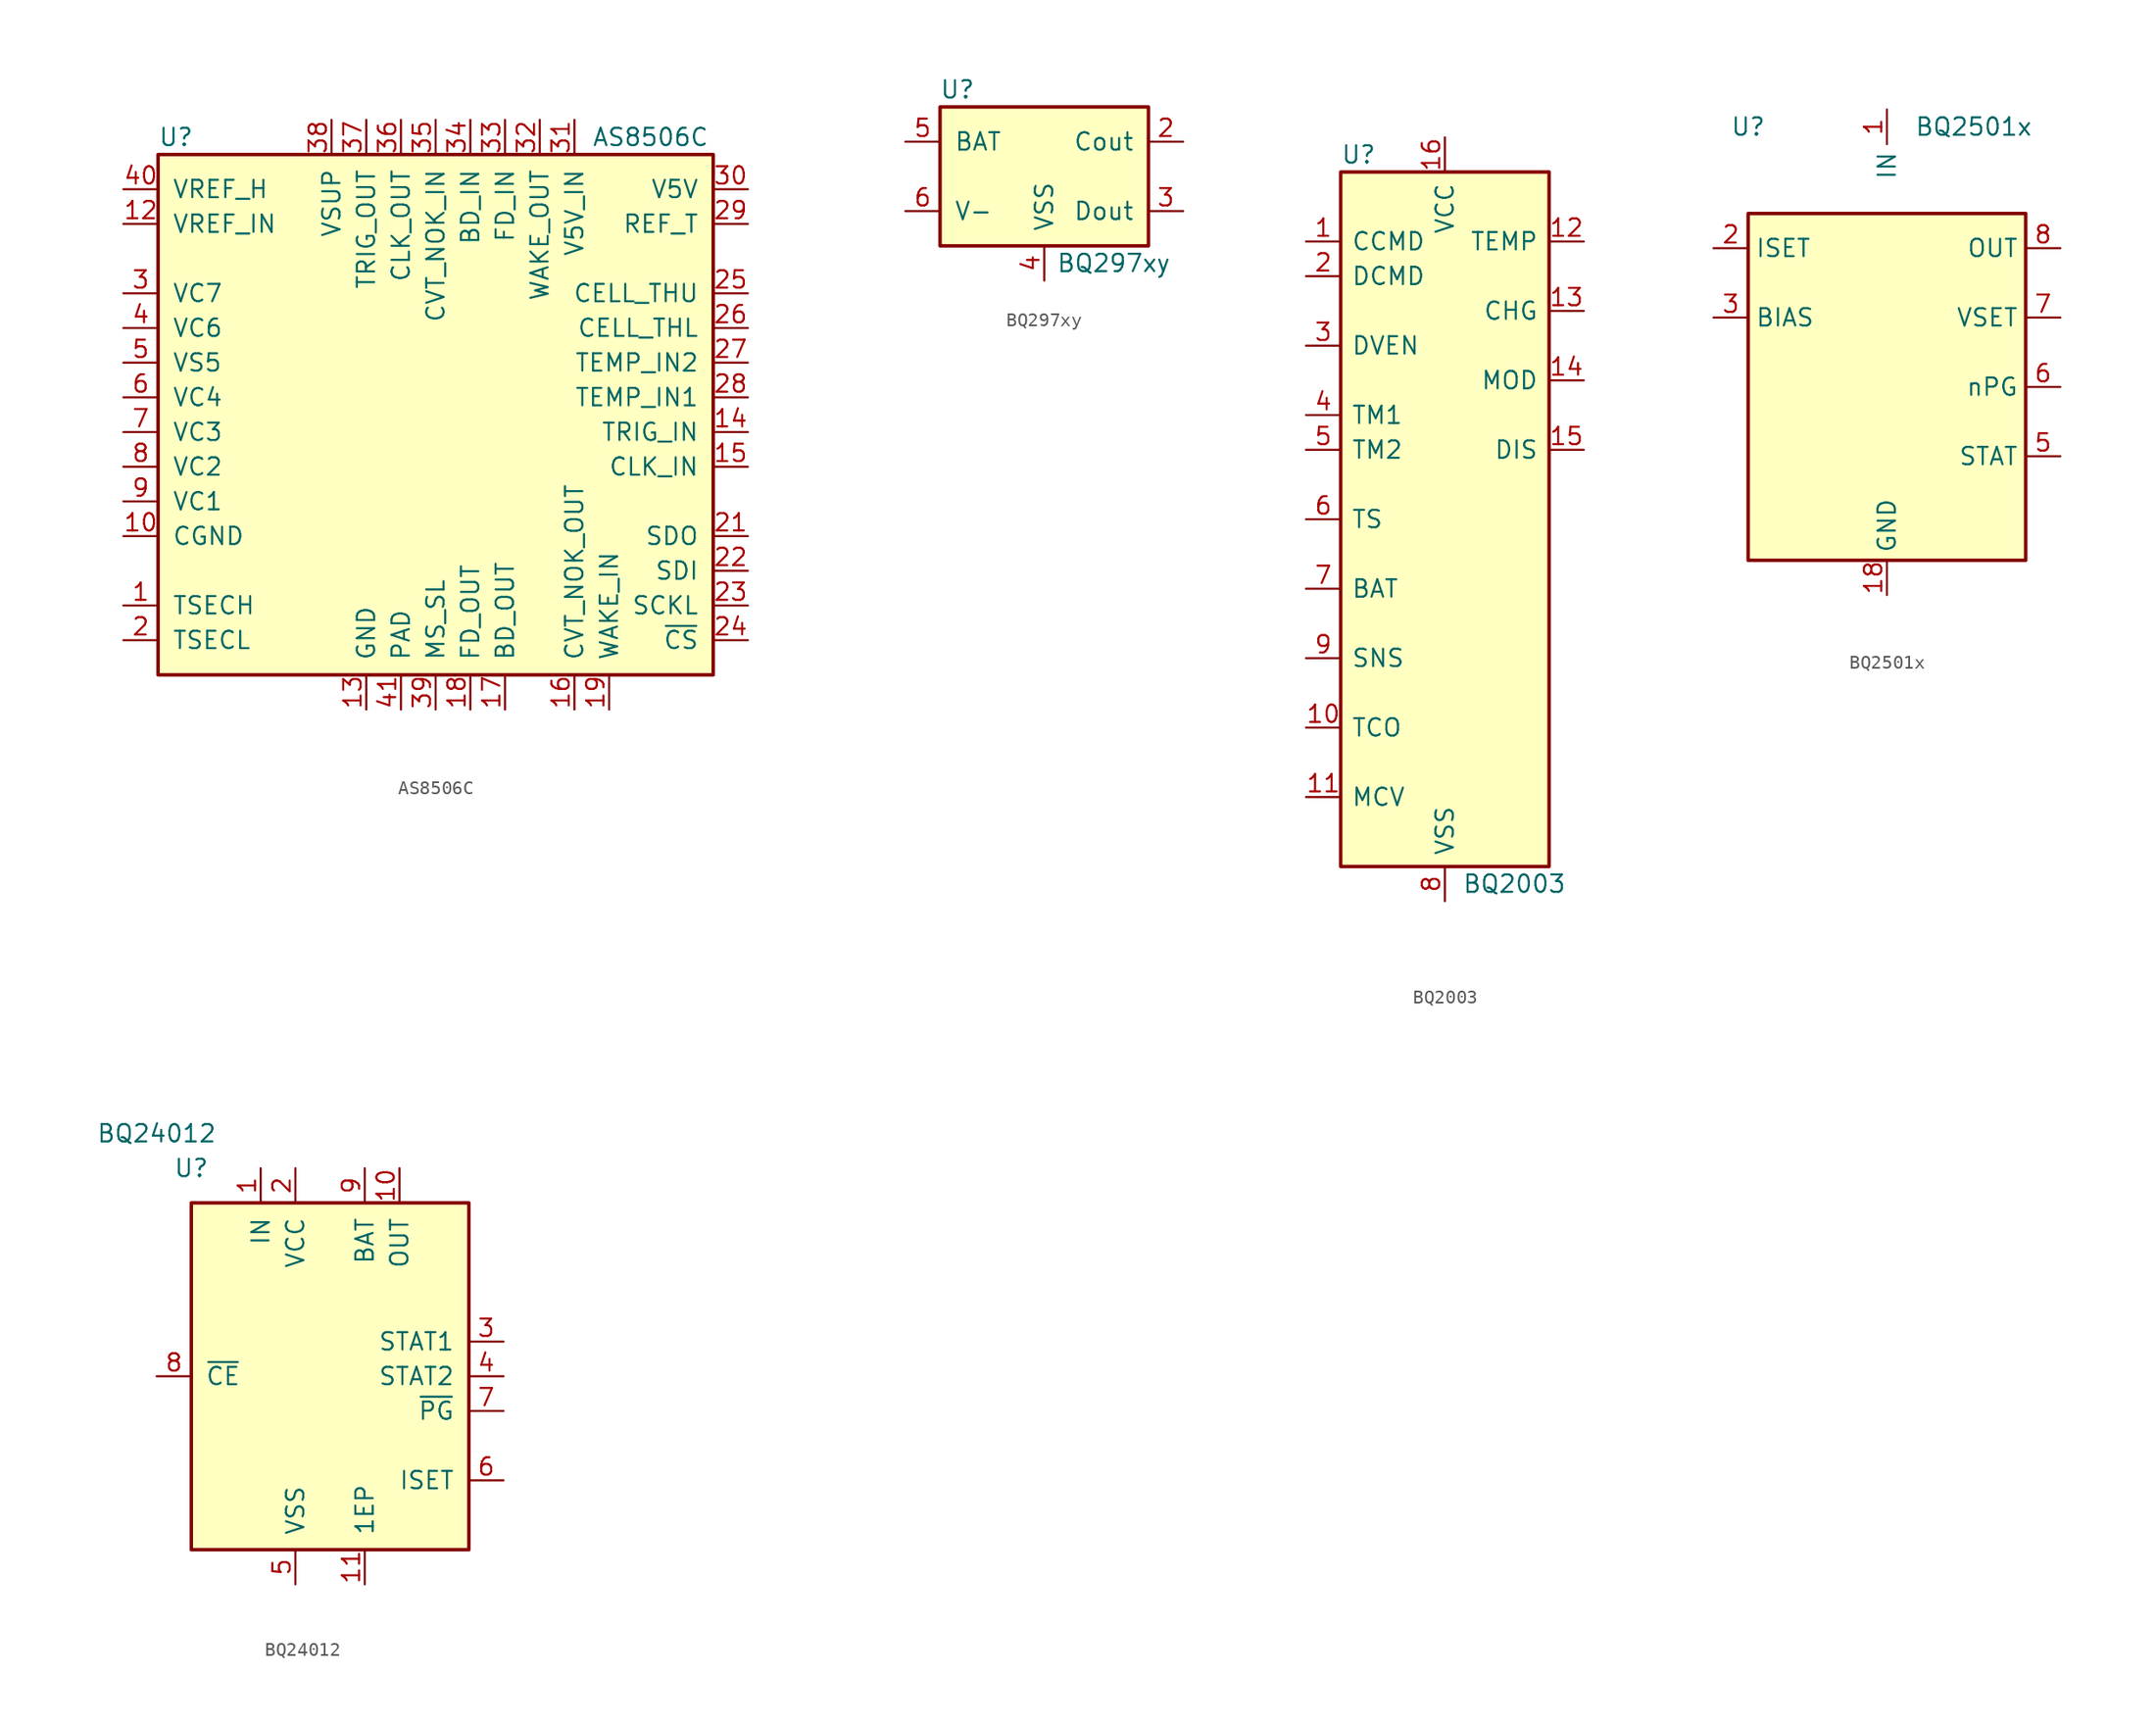
<source format=kicad_sym>
(kicad_symbol_lib
  (version 20220914)
  (generator kicad_symbol_editor)
  (symbol "AS8506C"
    (pin_names
      (offset 1.016))
    (property "Reference" "U"
      (at -20.32 21.59 0)
      (effects (font (size 1.27 1.27)) (justify left)))
    (property "Value" "AS8506C"
      (at 11.43 21.59 0)
      (effects (font (size 1.27 1.27)) (justify left)))
    (symbol "AS8506C_0_1"
      (rectangle (start 20.32 -17.78) (end -20.32 20.32) (stroke (width 0.254) (type default)) (fill (type background))))
    (symbol "AS8506C_1_1"
      (pin input line (at -22.86 -12.7 0) (length 2.54) (name "TSECH" (effects (font (size 1.27 1.27)))) (number "1" (effects (font (size 1.27 1.27)))))
      (pin input line (at -22.86 -7.62 0) (length 2.54) (name "CGND" (effects (font (size 1.27 1.27)))) (number "10" (effects (font (size 1.27 1.27)))))
      (pin no_connect line (at -10.16 -20.32 90) (length 2.54) hide (name "NC" (effects (font (size 1.27 1.27)))) (number "11" (effects (font (size 1.27 1.27)))))
      (pin input line (at -22.86 15.24 0) (length 2.54) (name "VREF_IN" (effects (font (size 1.27 1.27)))) (number "12" (effects (font (size 1.27 1.27)))))
      (pin power_in line (at -5.08 -20.32 90) (length 2.54) (name "GND" (effects (font (size 1.27 1.27)))) (number "13" (effects (font (size 1.27 1.27)))))
      (pin input line (at 22.86 0 180) (length 2.54) (name "TRIG_IN" (effects (font (size 1.27 1.27)))) (number "14" (effects (font (size 1.27 1.27)))))
      (pin input line (at 22.86 -2.54 180) (length 2.54) (name "CLK_IN" (effects (font (size 1.27 1.27)))) (number "15" (effects (font (size 1.27 1.27)))))
      (pin input line (at 10.16 -20.32 90) (length 2.54) (name "CVT_NOK_OUT" (effects (font (size 1.27 1.27)))) (number "16" (effects (font (size 1.27 1.27)))))
      (pin input line (at 5.08 -20.32 90) (length 2.54) (name "BD_OUT" (effects (font (size 1.27 1.27)))) (number "17" (effects (font (size 1.27 1.27)))))
      (pin input line (at 2.54 -20.32 90) (length 2.54) (name "FD_OUT" (effects (font (size 1.27 1.27)))) (number "18" (effects (font (size 1.27 1.27)))))
      (pin input line (at 12.7 -20.32 90) (length 2.54) (name "WAKE_IN" (effects (font (size 1.27 1.27)))) (number "19" (effects (font (size 1.27 1.27)))))
      (pin input line (at -22.86 -15.24 0) (length 2.54) (name "TSECL" (effects (font (size 1.27 1.27)))) (number "2" (effects (font (size 1.27 1.27)))))
      (pin no_connect line (at -7.62 -20.32 90) (length 2.54) hide (name "NC_T" (effects (font (size 1.27 1.27)))) (number "20" (effects (font (size 1.27 1.27)))))
      (pin output line (at 22.86 -7.62 180) (length 2.54) (name "SDO" (effects (font (size 1.27 1.27)))) (number "21" (effects (font (size 1.27 1.27)))))
      (pin input line (at 22.86 -10.16 180) (length 2.54) (name "SDI" (effects (font (size 1.27 1.27)))) (number "22" (effects (font (size 1.27 1.27)))))
      (pin input line (at 22.86 -12.7 180) (length 2.54) (name "SCKL" (effects (font (size 1.27 1.27)))) (number "23" (effects (font (size 1.27 1.27)))))
      (pin input line (at 22.86 -15.24 180) (length 2.54) (name "~{CS}" (effects (font (size 1.27 1.27)))) (number "24" (effects (font (size 1.27 1.27)))))
      (pin input line (at 22.86 10.16 180) (length 2.54) (name "CELL_THU" (effects (font (size 1.27 1.27)))) (number "25" (effects (font (size 1.27 1.27)))))
      (pin input line (at 22.86 7.62 180) (length 2.54) (name "CELL_THL" (effects (font (size 1.27 1.27)))) (number "26" (effects (font (size 1.27 1.27)))))
      (pin input line (at 22.86 5.08 180) (length 2.54) (name "TEMP_IN2" (effects (font (size 1.27 1.27)))) (number "27" (effects (font (size 1.27 1.27)))))
      (pin input line (at 22.86 2.54 180) (length 2.54) (name "TEMP_IN1" (effects (font (size 1.27 1.27)))) (number "28" (effects (font (size 1.27 1.27)))))
      (pin input line (at 22.86 15.24 180) (length 2.54) (name "REF_T" (effects (font (size 1.27 1.27)))) (number "29" (effects (font (size 1.27 1.27)))))
      (pin input line (at -22.86 10.16 0) (length 2.54) (name "VC7" (effects (font (size 1.27 1.27)))) (number "3" (effects (font (size 1.27 1.27)))))
      (pin input line (at 22.86 17.78 180) (length 2.54) (name "V5V" (effects (font (size 1.27 1.27)))) (number "30" (effects (font (size 1.27 1.27)))))
      (pin input line (at 10.16 22.86 270) (length 2.54) (name "V5V_IN" (effects (font (size 1.27 1.27)))) (number "31" (effects (font (size 1.27 1.27)))))
      (pin input line (at 7.62 22.86 270) (length 2.54) (name "WAKE_OUT" (effects (font (size 1.27 1.27)))) (number "32" (effects (font (size 1.27 1.27)))))
      (pin input line (at 5.08 22.86 270) (length 2.54) (name "FD_IN" (effects (font (size 1.27 1.27)))) (number "33" (effects (font (size 1.27 1.27)))))
      (pin input line (at 2.54 22.86 270) (length 2.54) (name "BD_IN" (effects (font (size 1.27 1.27)))) (number "34" (effects (font (size 1.27 1.27)))))
      (pin input line (at 0 22.86 270) (length 2.54) (name "CVT_NOK_IN" (effects (font (size 1.27 1.27)))) (number "35" (effects (font (size 1.27 1.27)))))
      (pin input line (at -2.54 22.86 270) (length 2.54) (name "CLK_OUT" (effects (font (size 1.27 1.27)))) (number "36" (effects (font (size 1.27 1.27)))))
      (pin input line (at -5.08 22.86 270) (length 2.54) (name "TRIG_OUT" (effects (font (size 1.27 1.27)))) (number "37" (effects (font (size 1.27 1.27)))))
      (pin power_in line (at -7.62 22.86 270) (length 2.54) (name "VSUP" (effects (font (size 1.27 1.27)))) (number "38" (effects (font (size 1.27 1.27)))))
      (pin input line (at 0 -20.32 90) (length 2.54) (name "MS_SL" (effects (font (size 1.27 1.27)))) (number "39" (effects (font (size 1.27 1.27)))))
      (pin input line (at -22.86 7.62 0) (length 2.54) (name "VC6" (effects (font (size 1.27 1.27)))) (number "4" (effects (font (size 1.27 1.27)))))
      (pin input line (at -22.86 17.78 0) (length 2.54) (name "VREF_H" (effects (font (size 1.27 1.27)))) (number "40" (effects (font (size 1.27 1.27)))))
      (pin power_in line (at -2.54 -20.32 90) (length 2.54) (name "PAD" (effects (font (size 1.27 1.27)))) (number "41" (effects (font (size 1.27 1.27)))))
      (pin input line (at -22.86 5.08 0) (length 2.54) (name "VS5" (effects (font (size 1.27 1.27)))) (number "5" (effects (font (size 1.27 1.27)))))
      (pin input line (at -22.86 2.54 0) (length 2.54) (name "VC4" (effects (font (size 1.27 1.27)))) (number "6" (effects (font (size 1.27 1.27)))))
      (pin input line (at -22.86 0 0) (length 2.54) (name "VC3" (effects (font (size 1.27 1.27)))) (number "7" (effects (font (size 1.27 1.27)))))
      (pin input line (at -22.86 -2.54 0) (length 2.54) (name "VC2" (effects (font (size 1.27 1.27)))) (number "8" (effects (font (size 1.27 1.27)))))
      (pin input line (at -22.86 -5.08 0) (length 2.54) (name "VC1" (effects (font (size 1.27 1.27)))) (number "9" (effects (font (size 1.27 1.27)))))))
  (symbol "BQ297xy"
    (pin_names
      (offset 1.016))
    (property "Reference" "U"
      (at -6.35 6.35 0)
      (effects (font (size 1.27 1.27))))
    (property "Value" "BQ297xy"
      (at 5.08 -6.35 0)
      (effects (font (size 1.27 1.27))))
    (symbol "BQ297xy_0_1"
      (rectangle (start -7.62 5.08) (end 7.62 -5.08) (stroke (width 0.254) (type default)) (fill (type background))))
    (symbol "BQ297xy_1_1"
      (pin no_connect line (at 7.62 0 180) (length 2.54) hide (name "NC" (effects (font (size 1.27 1.27)))) (number "1" (effects (font (size 1.27 1.27)))))
      (pin output line (at 10.16 2.54 180) (length 2.54) (name "Cout" (effects (font (size 1.27 1.27)))) (number "2" (effects (font (size 1.27 1.27)))))
      (pin output line (at 10.16 -2.54 180) (length 2.54) (name "Dout" (effects (font (size 1.27 1.27)))) (number "3" (effects (font (size 1.27 1.27)))))
      (pin power_in line (at 0 -7.62 90) (length 2.54) (name "VSS" (effects (font (size 1.27 1.27)))) (number "4" (effects (font (size 1.27 1.27)))))
      (pin input line (at -10.16 2.54 0) (length 2.54) (name "BAT" (effects (font (size 1.27 1.27)))) (number "5" (effects (font (size 1.27 1.27)))))
      (pin input line (at -10.16 -2.54 0) (length 2.54) (name "V-" (effects (font (size 1.27 1.27)))) (number "6" (effects (font (size 1.27 1.27)))))))
  (symbol "BQ2003"
    (pin_names
      (offset 0.762))
    (property "Reference" "U"
      (at -7.62 26.67 0)
      (effects (font (size 1.27 1.27)) (justify left)))
    (property "Value" "BQ2003"
      (at 5.08 -26.67 0)
      (effects (font (size 1.27 1.27))))
    (symbol "BQ2003_0_1"
      (rectangle (start -7.62 -25.4) (end 7.62 25.4) (stroke (width 0.254) (type default)) (fill (type background))))
    (symbol "BQ2003_1_1"
      (pin input line (at -10.16 20.32 0) (length 2.54) (name "CCMD" (effects (font (size 1.27 1.27)))) (number "1" (effects (font (size 1.27 1.27)))))
      (pin input line (at -10.16 -15.24 0) (length 2.54) (name "TCO" (effects (font (size 1.27 1.27)))) (number "10" (effects (font (size 1.27 1.27)))))
      (pin input line (at -10.16 -20.32 0) (length 2.54) (name "MCV" (effects (font (size 1.27 1.27)))) (number "11" (effects (font (size 1.27 1.27)))))
      (pin output line (at 10.16 20.32 180) (length 2.54) (name "TEMP" (effects (font (size 1.27 1.27)))) (number "12" (effects (font (size 1.27 1.27)))))
      (pin output line (at 10.16 15.24 180) (length 2.54) (name "CHG" (effects (font (size 1.27 1.27)))) (number "13" (effects (font (size 1.27 1.27)))))
      (pin output line (at 10.16 10.16 180) (length 2.54) (name "MOD" (effects (font (size 1.27 1.27)))) (number "14" (effects (font (size 1.27 1.27)))))
      (pin output line (at 10.16 5.08 180) (length 2.54) (name "DIS" (effects (font (size 1.27 1.27)))) (number "15" (effects (font (size 1.27 1.27)))))
      (pin power_in line (at 0 27.94 270) (length 2.54) (name "VCC" (effects (font (size 1.27 1.27)))) (number "16" (effects (font (size 1.27 1.27)))))
      (pin input line (at -10.16 17.78 0) (length 2.54) (name "DCMD" (effects (font (size 1.27 1.27)))) (number "2" (effects (font (size 1.27 1.27)))))
      (pin input line (at -10.16 12.7 0) (length 2.54) (name "DVEN" (effects (font (size 1.27 1.27)))) (number "3" (effects (font (size 1.27 1.27)))))
      (pin input line (at -10.16 7.62 0) (length 2.54) (name "TM1" (effects (font (size 1.27 1.27)))) (number "4" (effects (font (size 1.27 1.27)))))
      (pin input line (at -10.16 5.08 0) (length 2.54) (name "TM2" (effects (font (size 1.27 1.27)))) (number "5" (effects (font (size 1.27 1.27)))))
      (pin input line (at -10.16 0 0) (length 2.54) (name "TS" (effects (font (size 1.27 1.27)))) (number "6" (effects (font (size 1.27 1.27)))))
      (pin input line (at -10.16 -5.08 0) (length 2.54) (name "BAT" (effects (font (size 1.27 1.27)))) (number "7" (effects (font (size 1.27 1.27)))))
      (pin power_in line (at 0 -27.94 90) (length 2.54) (name "VSS" (effects (font (size 1.27 1.27)))) (number "8" (effects (font (size 1.27 1.27)))))
      (pin input line (at -10.16 -10.16 0) (length 2.54) (name "SNS" (effects (font (size 1.27 1.27)))) (number "9" (effects (font (size 1.27 1.27)))))))
  (symbol "BQ2501x"
    (property "Reference" "U"
      (at -10.16 16.51 0)
      (effects (font (size 1.27 1.27))))
    (property "Value" "BQ2501x"
      (at 6.35 16.51 0)
      (effects (font (size 1.27 1.27))))
    (symbol "BQ2501x_1_1"
      (rectangle (start -10.16 10.16) (end 10.16 -15.24) (stroke (width 0.254) (type default)) (fill (type background)))
      (pin power_in line (at 0 17.78 270) (length 2.54) (name "IN" (effects (font (size 1.27 1.27)))) (number "1" (effects (font (size 1.27 1.27)))))
      (pin power_in line (at 0 -17.78 90) (length 2.54) (name "GND" (effects (font (size 1.27 1.27)))) (number "18" (effects (font (size 1.27 1.27)))))
      (pin input line (at -12.7 7.62 0) (length 2.54) (name "ISET" (effects (font (size 1.27 1.27)))) (number "2" (effects (font (size 1.27 1.27)))))
      (pin passive line (at 0 -17.78 90) (length 2.54) hide (name "GND" (effects (font (size 1.27 1.27)))) (number "21" (effects (font (size 1.27 1.27)))))
      (pin input line (at -12.7 2.54 0) (length 2.54) (name "BIAS" (effects (font (size 1.27 1.27)))) (number "3" (effects (font (size 1.27 1.27)))))
      (pin passive line (at 0 -17.78 90) (length 2.54) hide (name "GND" (effects (font (size 1.27 1.27)))) (number "3" (effects (font (size 1.27 1.27)))))
      (pin open_collector line (at 12.7 -7.62 180) (length 2.54) (name "STAT" (effects (font (size 1.27 1.27)))) (number "5" (effects (font (size 1.27 1.27)))))
      (pin open_collector line (at 12.7 -2.54 180) (length 2.54) (name "nPG" (effects (font (size 1.27 1.27)))) (number "6" (effects (font (size 1.27 1.27)))))
      (pin input line (at 12.7 2.54 180) (length 2.54) (name "VSET" (effects (font (size 1.27 1.27)))) (number "7" (effects (font (size 1.27 1.27)))))
      (pin power_out line (at 12.7 7.62 180) (length 2.54) (name "OUT" (effects (font (size 1.27 1.27)))) (number "8" (effects (font (size 1.27 1.27)))))
      (pin passive line (at 0 -17.78 90) (length 2.54) hide (name "GND" (effects (font (size 1.27 1.27)))) (number "9" (effects (font (size 1.27 1.27)))))))
  (symbol "BQ24012"
    (pin_names
      (offset 1.016))
    (property "Reference" "U"
      (at -10.16 15.24 0)
      (effects (font (size 1.27 1.27))))
    (property "Value" "BQ24012"
      (at -12.7 17.78 0)
      (effects (font (size 1.27 1.27))))
    (symbol "BQ24012_0_1"
      (rectangle (start -10.16 12.7) (end 10.16 -12.7) (stroke (width 0.254) (type default)) (fill (type background))))
    (symbol "BQ24012_1_1"
      (pin power_in line (at -5.08 15.24 270) (length 2.54) (name "IN" (effects (font (size 1.27 1.27)))) (number "1" (effects (font (size 1.27 1.27)))))
      (pin power_out line (at 5.08 15.24 270) (length 2.54) (name "OUT" (effects (font (size 1.27 1.27)))) (number "10" (effects (font (size 1.27 1.27)))))
      (pin passive line (at 2.54 -15.24 90) (length 2.54) (name "1EP" (effects (font (size 1.27 1.27)))) (number "11" (effects (font (size 1.27 1.27)))))
      (pin power_in line (at -2.54 15.24 270) (length 2.54) (name "VCC" (effects (font (size 1.27 1.27)))) (number "2" (effects (font (size 1.27 1.27)))))
      (pin open_collector line (at 12.7 2.54 180) (length 2.54) (name "STAT1" (effects (font (size 1.27 1.27)))) (number "3" (effects (font (size 1.27 1.27)))))
      (pin open_collector line (at 12.7 0 180) (length 2.54) (name "STAT2" (effects (font (size 1.27 1.27)))) (number "4" (effects (font (size 1.27 1.27)))))
      (pin power_in line (at -2.54 -15.24 90) (length 2.54) (name "VSS" (effects (font (size 1.27 1.27)))) (number "5" (effects (font (size 1.27 1.27)))))
      (pin output line (at 12.7 -7.62 180) (length 2.54) (name "ISET" (effects (font (size 1.27 1.27)))) (number "6" (effects (font (size 1.27 1.27)))))
      (pin open_collector line (at 12.7 -2.54 180) (length 2.54) (name "~{PG}" (effects (font (size 1.27 1.27)))) (number "7" (effects (font (size 1.27 1.27)))))
      (pin input line (at -12.7 0 0) (length 2.54) (name "~{CE}" (effects (font (size 1.27 1.27)))) (number "8" (effects (font (size 1.27 1.27)))))
      (pin input line (at 2.54 15.24 270) (length 2.54) (name "BAT" (effects (font (size 1.27 1.27)))) (number "9" (effects (font (size 1.27 1.27))))))))
</source>
